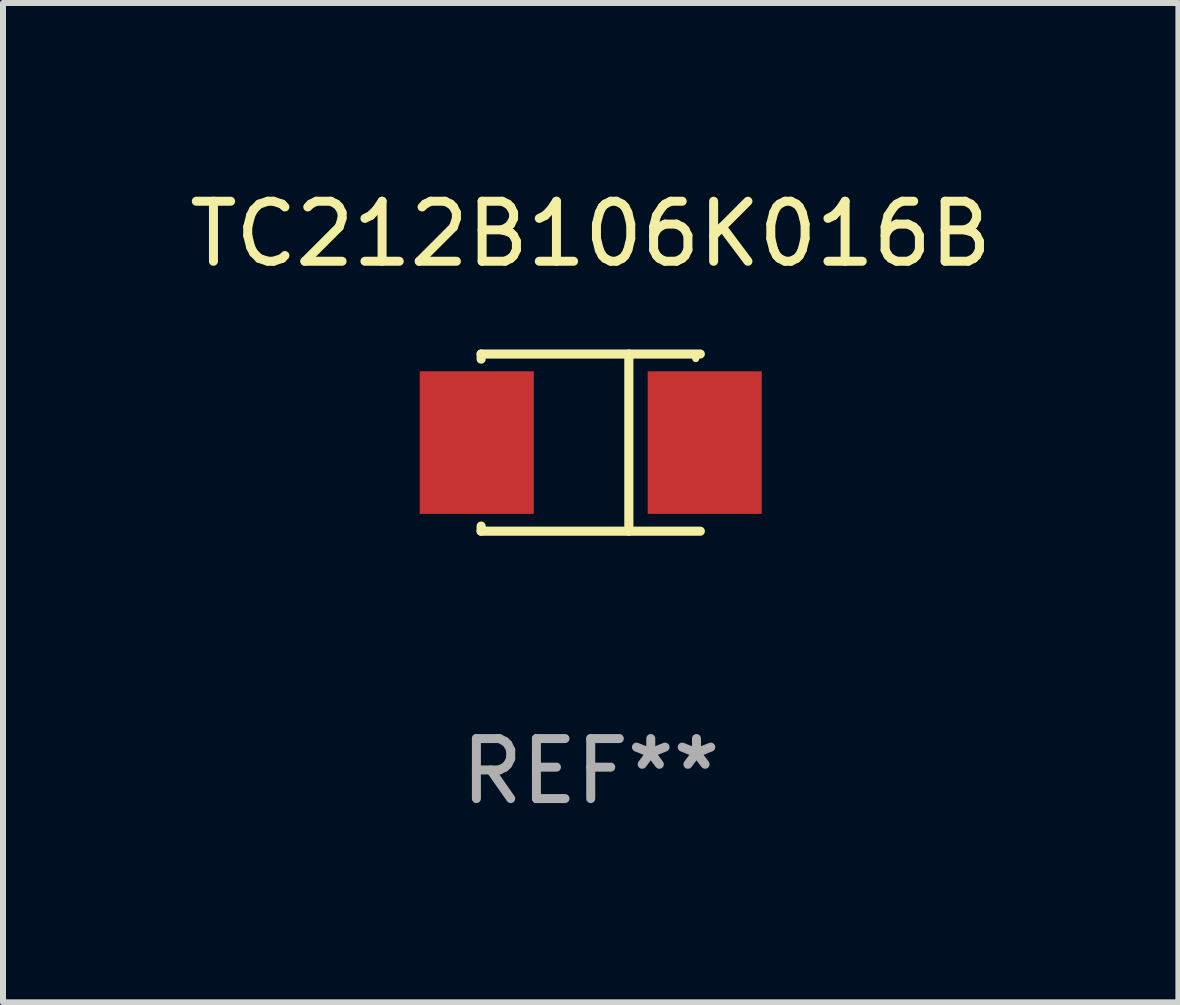
<source format=kicad_pcb>
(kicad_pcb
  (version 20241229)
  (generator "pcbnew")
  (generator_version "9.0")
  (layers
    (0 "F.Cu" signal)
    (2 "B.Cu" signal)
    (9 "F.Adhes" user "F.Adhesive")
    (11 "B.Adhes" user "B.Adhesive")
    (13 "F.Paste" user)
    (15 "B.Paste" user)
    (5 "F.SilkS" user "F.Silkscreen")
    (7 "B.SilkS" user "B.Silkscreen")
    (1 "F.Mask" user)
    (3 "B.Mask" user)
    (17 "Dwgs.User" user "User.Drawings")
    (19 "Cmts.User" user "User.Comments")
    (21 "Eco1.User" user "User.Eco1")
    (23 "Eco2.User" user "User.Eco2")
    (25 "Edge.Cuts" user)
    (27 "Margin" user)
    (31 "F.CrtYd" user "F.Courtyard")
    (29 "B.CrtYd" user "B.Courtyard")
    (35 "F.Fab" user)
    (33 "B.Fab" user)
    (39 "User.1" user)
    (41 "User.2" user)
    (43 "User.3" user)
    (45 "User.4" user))
  (footprint "TC212B106K016B"
    (layer "F.Cu")
    (at 6.792 4.324)
    (property "Reference" "TC212B106K016B" (at 0 -3.476 0) (layer "F.SilkS") (effects (font (size 1 1) (thickness 0.15))))
    (attr through_hole)
    (fp_line (start -1.826 -1.476) (end -1.826 -1.391) (stroke (width 0.152) (type solid)) (layer "F.SilkS"))
    (fp_line (start -1.826 -1.476) (end 1.826 -1.476) (stroke (width 0.152) (type solid)) (layer "F.SilkS"))
    (fp_line (start -1.826 1.476) (end -1.826 1.391) (stroke (width 0.152) (type solid)) (layer "F.SilkS"))
    (fp_line (start -1.826 1.476) (end 1.826 1.476) (stroke (width 0.152) (type solid)) (layer "F.SilkS"))
    (fp_line (start 0.635 -1.476) (end 0.635 1.476) (stroke (width 0.152) (type solid)) (layer "F.SilkS"))
    (fp_circle (center 1.75 -1.4) (end 1.78 -1.4) (stroke (width 0.06) (type solid)) (fill no) (layer "F.SilkS"))
    (fp_text user "REF**" (at 0 5.476 0) (layer "F.Fab") (effects (font (size 1 1) (thickness 0.15))))
    (pad "1" smd rect (at 1.899 0) (size 1.9 2.376) (layers "F.Cu" "F.Mask" "F.Paste"))
    (pad "2" smd rect (at -1.899 0) (size 1.9 2.376) (layers "F.Cu" "F.Mask" "F.Paste")))
  (gr_rect
    (start -3 -3)
    (end 16.583 13.649)
    (stroke (width 0.1) (type default))
    (fill no)
    (layer "Edge.Cuts")))
</source>
